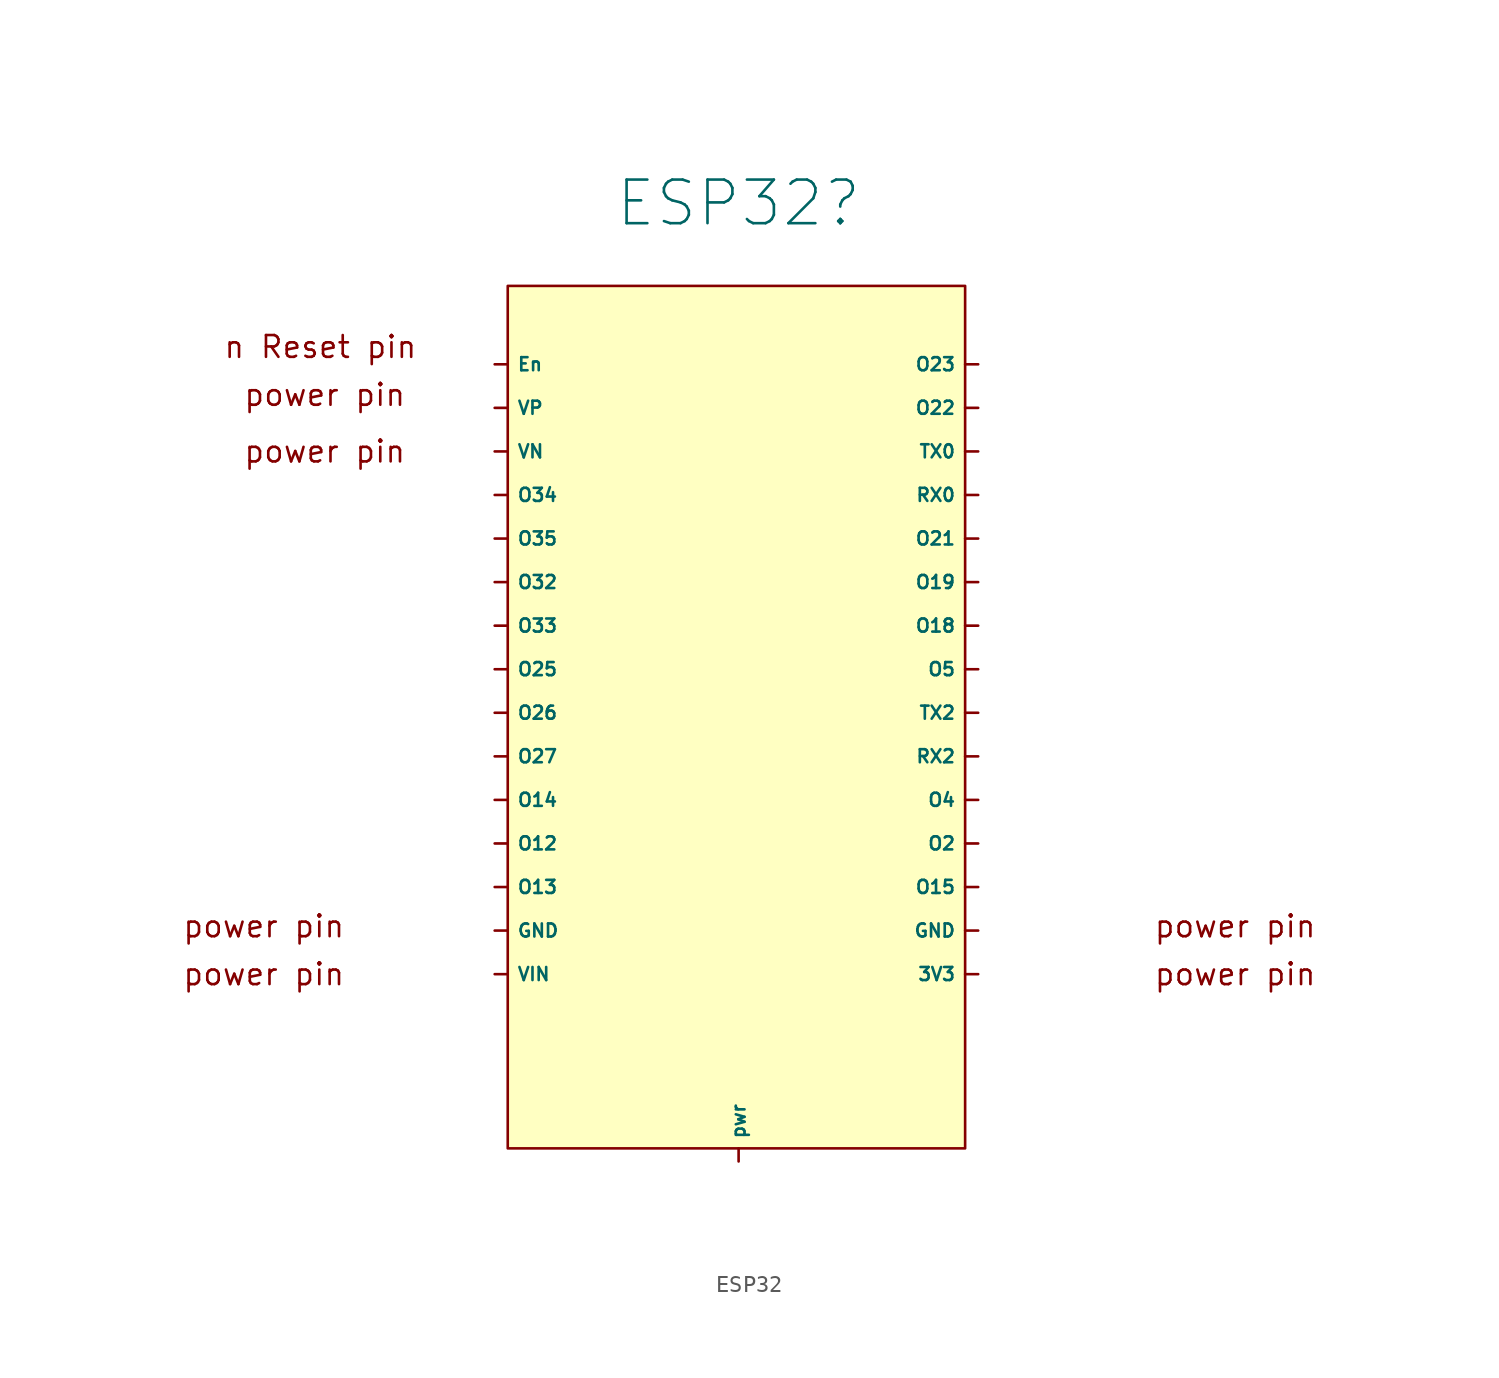
<source format=kicad_sym>
(kicad_symbol_lib
  (version 20220914)
  (generator kicad_symbol_editor)
  (symbol "ESP32"
    (property "Reference" "ESP32"
      (at 0.254 3.048 0)
      (effects (font (size 2.54 2.54))))
    (property "Value" ""
      (at -19.304 -27.432 0)
      (effects (font (size 1.27 1.27))))
    (symbol "ESP32_1_1"
      (rectangle (start -13.208 -1.778) (end 13.462 -52.07) (stroke (width 0) (type default)) (fill (type background)))
      (text "n Reset pin" (at -24.13 -5.334 0) (effects (font (size 1.27 1.27))))
      (text "power pin" (at -27.432 -41.91 0) (effects (font (size 1.27 1.27))))
      (text "power pin" (at -27.432 -39.116 0) (effects (font (size 1.27 1.27))))
      (text "power pin" (at -23.876 -11.43 0) (effects (font (size 1.27 1.27))))
      (text "power pin" (at -23.876 -8.128 0) (effects (font (size 1.27 1.27))))
      (text "power pin" (at 29.21 -41.91 0) (effects (font (size 1.27 1.27))))
      (text "power pin" (at 29.21 -39.116 0) (effects (font (size 1.27 1.27))))
      (pin bidirectional line (at 14.224 -41.91 180) (length 0.762) (name "3V3" (effects (font (size 0.762 0.762)))) (number "" (effects (font (size 1.27 1.27)))))
      (pin input line (at -13.97 -6.35 0) (length 0.762) (name "En" (effects (font (size 0.762 0.762)))) (number "" (effects (font (size 1.27 1.27)))))
      (pin bidirectional line (at -13.97 -39.37 0) (length 0.762) (name "GND" (effects (font (size 0.762 0.762)))) (number "" (effects (font (size 1.27 1.27)))))
      (pin bidirectional line (at 14.224 -39.37 180) (length 0.762) (name "GND" (effects (font (size 0.762 0.762)))) (number "" (effects (font (size 1.27 1.27)))))
      (pin bidirectional line (at -13.97 -34.29 0) (length 0.762) (name "O12" (effects (font (size 0.762 0.762)))) (number "" (effects (font (size 1.27 1.27)))))
      (pin bidirectional line (at -13.97 -36.83 0) (length 0.762) (name "O13" (effects (font (size 0.762 0.762)))) (number "" (effects (font (size 1.27 1.27)))))
      (pin bidirectional line (at -13.97 -31.75 0) (length 0.762) (name "O14" (effects (font (size 0.762 0.762)))) (number "" (effects (font (size 1.27 1.27)))))
      (pin bidirectional line (at 14.224 -36.83 180) (length 0.762) (name "O15" (effects (font (size 0.762 0.762)))) (number "" (effects (font (size 1.27 1.27)))))
      (pin bidirectional line (at 14.224 -21.59 180) (length 0.762) (name "O18" (effects (font (size 0.762 0.762)))) (number "" (effects (font (size 1.27 1.27)))))
      (pin bidirectional line (at 14.224 -19.05 180) (length 0.762) (name "O19" (effects (font (size 0.762 0.762)))) (number "" (effects (font (size 1.27 1.27)))))
      (pin bidirectional line (at 14.224 -34.29 180) (length 0.762) (name "O2" (effects (font (size 0.762 0.762)))) (number "" (effects (font (size 1.27 1.27)))))
      (pin bidirectional line (at 14.224 -16.51 180) (length 0.762) (name "O21" (effects (font (size 0.762 0.762)))) (number "" (effects (font (size 1.27 1.27)))))
      (pin bidirectional line (at 14.224 -8.89 180) (length 0.762) (name "O22" (effects (font (size 0.762 0.762)))) (number "" (effects (font (size 1.27 1.27)))))
      (pin bidirectional line (at 14.224 -6.35 180) (length 0.762) (name "O23" (effects (font (size 0.762 0.762)))) (number "" (effects (font (size 1.27 1.27)))))
      (pin bidirectional line (at -13.97 -24.13 0) (length 0.762) (name "O25" (effects (font (size 0.762 0.762)))) (number "" (effects (font (size 1.27 1.27)))))
      (pin bidirectional line (at -13.97 -26.67 0) (length 0.762) (name "O26" (effects (font (size 0.762 0.762)))) (number "" (effects (font (size 1.27 1.27)))))
      (pin bidirectional line (at -13.97 -29.21 0) (length 0.762) (name "O27" (effects (font (size 0.762 0.762)))) (number "" (effects (font (size 1.27 1.27)))))
      (pin bidirectional line (at -13.97 -19.05 0) (length 0.762) (name "O32" (effects (font (size 0.762 0.762)))) (number "" (effects (font (size 1.27 1.27)))))
      (pin bidirectional line (at -13.97 -21.59 0) (length 0.762) (name "O33" (effects (font (size 0.762 0.762)))) (number "" (effects (font (size 1.27 1.27)))))
      (pin input line (at -13.97 -13.97 0) (length 0.762) (name "O34" (effects (font (size 0.762 0.762)))) (number "" (effects (font (size 1.27 1.27)))))
      (pin input line (at -13.97 -16.51 0) (length 0.762) (name "O35" (effects (font (size 0.762 0.762)))) (number "" (effects (font (size 1.27 1.27)))))
      (pin bidirectional line (at 14.224 -31.75 180) (length 0.762) (name "O4" (effects (font (size 0.762 0.762)))) (number "" (effects (font (size 1.27 1.27)))))
      (pin bidirectional line (at 14.224 -24.13 180) (length 0.762) (name "O5" (effects (font (size 0.762 0.762)))) (number "" (effects (font (size 1.27 1.27)))))
      (pin bidirectional line (at 14.224 -13.97 180) (length 0.762) (name "RX0" (effects (font (size 0.762 0.762)))) (number "" (effects (font (size 1.27 1.27)))))
      (pin bidirectional line (at 14.224 -29.21 180) (length 0.762) (name "RX2" (effects (font (size 0.762 0.762)))) (number "" (effects (font (size 1.27 1.27)))))
      (pin bidirectional line (at 14.224 -11.43 180) (length 0.762) (name "TX0" (effects (font (size 0.762 0.762)))) (number "" (effects (font (size 1.27 1.27)))))
      (pin bidirectional line (at 14.224 -26.67 180) (length 0.762) (name "TX2" (effects (font (size 0.762 0.762)))) (number "" (effects (font (size 1.27 1.27)))))
      (pin bidirectional line (at -13.97 -41.91 0) (length 0.762) (name "VIN" (effects (font (size 0.762 0.762)))) (number "" (effects (font (size 1.27 1.27)))))
      (pin input line (at -13.97 -11.43 0) (length 0.762) (name "VN" (effects (font (size 0.762 0.762)))) (number "" (effects (font (size 1.27 1.27)))))
      (pin input line (at -13.97 -8.89 0) (length 0.762) (name "VP" (effects (font (size 0.762 0.762)))) (number "" (effects (font (size 1.27 1.27)))))
      (pin power_in line (at 0.254 -52.832 90) (length 0.762) (name "pwr" (effects (font (size 0.762 0.762)))) (number "" (effects (font (size 1.27 1.27))))))))
</source>
